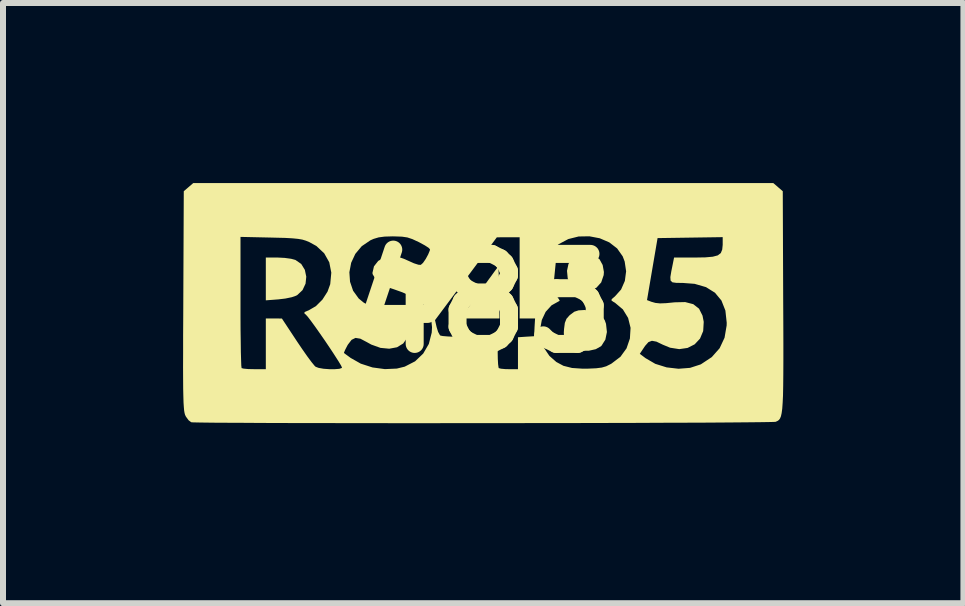
<source format=kicad_pcb>
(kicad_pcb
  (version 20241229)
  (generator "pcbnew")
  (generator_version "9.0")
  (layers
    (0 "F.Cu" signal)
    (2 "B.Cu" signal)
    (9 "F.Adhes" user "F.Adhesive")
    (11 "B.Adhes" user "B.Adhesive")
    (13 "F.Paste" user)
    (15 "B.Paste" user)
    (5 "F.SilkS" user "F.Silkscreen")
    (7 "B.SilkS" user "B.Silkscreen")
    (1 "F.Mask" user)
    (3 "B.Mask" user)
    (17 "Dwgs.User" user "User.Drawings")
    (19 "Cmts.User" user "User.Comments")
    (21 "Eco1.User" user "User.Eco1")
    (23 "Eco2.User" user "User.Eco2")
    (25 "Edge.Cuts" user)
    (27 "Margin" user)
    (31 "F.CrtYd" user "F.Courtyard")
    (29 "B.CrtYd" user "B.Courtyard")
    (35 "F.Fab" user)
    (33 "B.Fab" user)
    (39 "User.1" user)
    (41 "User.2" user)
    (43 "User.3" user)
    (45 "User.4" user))
  (footprint "485"
    (layer "F.Cu")
    (at 5.002 2.002)
    (property "Reference" "485" (at 0 0 0) (layer "F.SilkS") (effects (font (size 1.5 1.5) (thickness 0.3))))
    (attr board_only exclude_from_pos_files exclude_from_bom)
    (fp_poly (pts (xy 0.25 -0.584) (xy 0.256 -0.519) (xy 0.261 -0.415) (xy 0.265 -0.281) (xy 0.266 -0.186) (xy 0.27 0.254) (xy -0.056 0.254) (xy -0.382 0.254) (xy -0.151 -0.063) (xy -0.06 -0.189) (xy 0.026 -0.306) (xy 0.097 -0.405) (xy 0.146 -0.471) (xy 0.151 -0.479) (xy 0.2 -0.546) (xy 0.236 -0.594) (xy 0.243 -0.602)) (stroke (width 0) (type solid)) (fill yes) (layer "F.SilkS"))
    (fp_poly (pts (xy -3.308 -0.755) (xy -3.2 -0.74) (xy -3.13 -0.721) (xy -3.033 -0.654) (xy -2.973 -0.556) (xy -2.949 -0.442) (xy -2.961 -0.326) (xy -3.011 -0.219) (xy -3.098 -0.137) (xy -3.119 -0.125) (xy -3.191 -0.1) (xy -3.297 -0.078) (xy -3.414 -0.064) (xy -3.414 -0.064) (xy -3.623 -0.048) (xy -3.623 -0.405) (xy -3.623 -0.761) (xy -3.424 -0.761)) (stroke (width 0) (type solid)) (fill yes) (layer "F.SilkS"))
    (fp_poly (pts (xy 1.843 -0.796) (xy 1.857 -0.791) (xy 1.936 -0.733) (xy 1.989 -0.637) (xy 2.01 -0.52) (xy 2.006 -0.468) (xy 1.965 -0.347) (xy 1.886 -0.259) (xy 1.78 -0.208) (xy 1.658 -0.2) (xy 1.532 -0.24) (xy 1.528 -0.242) (xy 1.45 -0.31) (xy 1.407 -0.414) (xy 1.395 -0.54) (xy 1.42 -0.656) (xy 1.486 -0.745) (xy 1.585 -0.802) (xy 1.707 -0.82)) (stroke (width 0) (type solid)) (fill yes) (layer "F.SilkS"))
    (fp_poly (pts (xy 1.838 0.131) (xy 1.95 0.187) (xy 2.023 0.281) (xy 2.045 0.343) (xy 2.06 0.48) (xy 2.034 0.607) (xy 1.97 0.708) (xy 1.96 0.718) (xy 1.874 0.766) (xy 1.757 0.792) (xy 1.631 0.792) (xy 1.593 0.786) (xy 1.502 0.747) (xy 1.417 0.678) (xy 1.414 0.675) (xy 1.367 0.616) (xy 1.345 0.561) (xy 1.342 0.487) (xy 1.346 0.428) (xy 1.359 0.328) (xy 1.386 0.26) (xy 1.437 0.202) (xy 1.448 0.193) (xy 1.516 0.142) (xy 1.587 0.119) (xy 1.685 0.113)) (stroke (width 0) (type solid)) (fill yes) (layer "F.SilkS"))
    (fp_poly (pts (xy 4.911 -1.934) (xy 4.99 -1.866) (xy 4.997 -0.038) (xy 4.999 0.342) (xy 5 0.67) (xy 5 0.949) (xy 4.999 1.184) (xy 4.997 1.378) (xy 4.994 1.536) (xy 4.988 1.662) (xy 4.981 1.759) (xy 4.971 1.832) (xy 4.959 1.885) (xy 4.944 1.921) (xy 4.926 1.945) (xy 4.904 1.961) (xy 4.88 1.972) (xy 4.871 1.976) (xy 4.837 1.978) (xy 4.75 1.98) (xy 4.614 1.982) (xy 4.432 1.984) (xy 4.208 1.986) (xy 3.946 1.988) (xy 3.648 1.99) (xy 3.318 1.991) (xy 2.961 1.992) (xy 2.579 1.994) (xy 2.176 1.995) (xy 1.755 1.996) (xy 1.321 1.997) (xy 0.876 1.997) (xy 0.425 1.998) (xy -0.03 1.998) (xy -0.485 1.998) (xy -0.936 1.999) (xy -1.379 1.999) (xy -1.812 1.998) (xy -2.23 1.998) (xy -2.63 1.997) (xy -3.009 1.997) (xy -3.363 1.996) (xy -3.688 1.995) (xy -3.981 1.993) (xy -4.238 1.992) (xy -4.457 1.991) (xy -4.632 1.989) (xy -4.761 1.987) (xy -4.841 1.985) (xy -4.866 1.983) (xy -4.909 1.951) (xy -4.954 1.89) (xy -4.959 1.88) (xy -4.969 1.859) (xy -4.977 1.829) (xy -4.984 1.789) (xy -4.989 1.732) (xy -4.994 1.656) (xy -4.997 1.555) (xy -5 1.426) (xy -5.001 1.264) (xy -5.002 1.066) (xy -5.001 0.826) (xy -5.001 0.541) (xy -4.999 0.207) (xy -4.998 -0.022) (xy -4.045 -0.022) (xy -4.045 0.22) (xy -4.044 0.444) (xy -4.041 0.644) (xy -4.039 0.814) (xy -4.035 0.947) (xy -4.032 1.037) (xy -4.027 1.079) (xy -4.027 1.081) (xy -3.991 1.09) (xy -3.915 1.097) (xy -3.816 1.099) (xy -3.815 1.099) (xy -3.623 1.099) (xy -3.623 0.677) (xy -3.623 0.254) (xy -3.489 0.254) (xy -3.355 0.255) (xy -3.103 0.637) (xy -3.013 0.77) (xy -2.931 0.887) (xy -2.861 0.981) (xy -2.811 1.042) (xy -2.793 1.059) (xy -2.742 1.078) (xy -2.661 1.092) (xy -2.566 1.099) (xy -2.473 1.099) (xy -2.398 1.093) (xy -2.357 1.079) (xy -2.354 1.073) (xy -2.369 1.039) (xy -2.411 0.969) (xy -2.474 0.871) (xy -2.501 0.829) (xy -2.321 0.829) (xy -2.295 0.849) (xy -2.239 0.89) (xy -2.209 0.912) (xy -2.041 1.007) (xy -1.846 1.07) (xy -1.639 1.098) (xy -1.44 1.089) (xy -1.309 1.057) (xy -1.136 0.968) (xy -1.001 0.839) (xy -0.907 0.678) (xy -0.859 0.49) (xy -0.854 0.4) (xy -0.866 0.282) (xy -0.804 0.282) (xy -0.777 0.399) (xy -0.753 0.477) (xy -0.723 0.531) (xy -0.714 0.539) (xy -0.674 0.547) (xy -0.588 0.554) (xy -0.467 0.56) (xy -0.321 0.563) (xy -0.218 0.563) (xy 0.24 0.564) (xy 0.24 0.813) (xy 0.242 0.926) (xy 0.247 1.017) (xy 0.255 1.072) (xy 0.258 1.081) (xy 0.295 1.091) (xy 0.369 1.098) (xy 0.428 1.099) (xy 0.578 1.099) (xy 0.578 0.833) (xy 0.578 0.567) (xy 0.712 0.558) (xy 0.846 0.55) (xy 0.853 0.431) (xy 0.948 0.431) (xy 0.958 0.588) (xy 1.008 0.739) (xy 1.1 0.875) (xy 1.108 0.883) (xy 1.217 0.979) (xy 1.336 1.043) (xy 1.479 1.079) (xy 1.658 1.091) (xy 1.749 1.09) (xy 1.881 1.084) (xy 1.975 1.072) (xy 2.048 1.051) (xy 2.12 1.015) (xy 2.136 1.006) (xy 2.286 0.892) (xy 2.321 0.843) (xy 2.608 0.843) (xy 2.703 0.915) (xy 2.866 1.01) (xy 3.055 1.069) (xy 3.253 1.092) (xy 3.445 1.077) (xy 3.615 1.022) (xy 3.627 1.017) (xy 3.807 0.898) (xy 3.938 0.75) (xy 4.02 0.575) (xy 4.055 0.37) (xy 4.056 0.324) (xy 4.034 0.122) (xy 3.968 -0.045) (xy 3.86 -0.175) (xy 3.711 -0.268) (xy 3.521 -0.323) (xy 3.323 -0.338) (xy 3.217 -0.339) (xy 3.152 -0.348) (xy 3.121 -0.377) (xy 3.117 -0.435) (xy 3.133 -0.532) (xy 3.147 -0.601) (xy 3.179 -0.761) (xy 3.528 -0.761) (xy 3.7 -0.764) (xy 3.824 -0.775) (xy 3.907 -0.797) (xy 3.957 -0.835) (xy 3.981 -0.893) (xy 3.989 -0.973) (xy 3.989 -0.987) (xy 3.989 -1.101) (xy 3.446 -1.093) (xy 2.904 -1.085) (xy 2.816 -0.569) (xy 2.728 -0.052) (xy 2.801 -0.024) (xy 2.868 -0.005) (xy 2.945 0.003) (xy 3.047 -0.001) (xy 3.189 -0.015) (xy 3.364 -0.019) (xy 3.499 0.016) (xy 3.595 0.091) (xy 3.653 0.207) (xy 3.673 0.31) (xy 3.664 0.464) (xy 3.611 0.59) (xy 3.522 0.685) (xy 3.404 0.745) (xy 3.265 0.765) (xy 3.112 0.741) (xy 2.991 0.691) (xy 2.885 0.64) (xy 2.81 0.626) (xy 2.752 0.648) (xy 2.697 0.71) (xy 2.682 0.732) (xy 2.608 0.843) (xy 2.321 0.843) (xy 2.387 0.752) (xy 2.443 0.588) (xy 2.454 0.41) (xy 2.413 0.245) (xy 2.326 0.103) (xy 2.194 -0.008) (xy 2.171 -0.021) (xy 2.137 -0.044) (xy 2.139 -0.067) (xy 2.183 -0.105) (xy 2.193 -0.113) (xy 2.296 -0.228) (xy 2.359 -0.372) (xy 2.38 -0.532) (xy 2.356 -0.694) (xy 2.323 -0.781) (xy 2.23 -0.913) (xy 2.099 -1.014) (xy 1.941 -1.082) (xy 1.768 -1.115) (xy 1.589 -1.112) (xy 1.417 -1.069) (xy 1.261 -0.986) (xy 1.248 -0.977) (xy 1.126 -0.863) (xy 1.052 -0.74) (xy 1.022 -0.595) (xy 1.02 -0.539) (xy 1.038 -0.375) (xy 1.098 -0.241) (xy 1.204 -0.126) (xy 1.254 -0.077) (xy 1.273 -0.044) (xy 1.269 -0.038) (xy 1.138 0.035) (xy 1.039 0.144) (xy 0.975 0.28) (xy 0.948 0.431) (xy 0.853 0.431) (xy 0.854 0.402) (xy 0.863 0.254) (xy 0.734 0.254) (xy 0.606 0.254) (xy 0.606 -0.423) (xy 0.606 -1.099) (xy 0.416 -1.099) (xy 0.226 -1.098) (xy -0.289 -0.408) (xy -0.804 0.282) (xy -0.866 0.282) (xy -0.871 0.242) (xy -0.923 0.11) (xy -1.016 -0.000012) (xy -1.155 -0.095) (xy -1.344 -0.18) (xy -1.379 -0.193) (xy -1.489 -0.232) (xy -1.579 -0.262) (xy -1.636 -0.28) (xy -1.648 -0.282) (xy -1.692 -0.303) (xy -1.75 -0.355) (xy -1.805 -0.42) (xy -1.841 -0.479) (xy -1.847 -0.503) (xy -1.821 -0.615) (xy -1.75 -0.705) (xy -1.643 -0.766) (xy -1.511 -0.789) (xy -1.504 -0.789) (xy -1.428 -0.776) (xy -1.328 -0.742) (xy -1.246 -0.706) (xy -1.155 -0.665) (xy -1.08 -0.641) (xy -1.041 -0.639) (xy -1.004 -0.672) (xy -0.959 -0.737) (xy -0.918 -0.813) (xy -0.891 -0.878) (xy -0.888 -0.899) (xy -0.912 -0.924) (xy -0.974 -0.964) (xy -1.062 -1.012) (xy -1.078 -1.02) (xy -1.181 -1.068) (xy -1.265 -1.096) (xy -1.354 -1.109) (xy -1.471 -1.113) (xy -1.508 -1.114) (xy -1.644 -1.11) (xy -1.743 -1.097) (xy -1.827 -1.072) (xy -1.881 -1.048) (xy -2.025 -0.95) (xy -2.132 -0.822) (xy -2.201 -0.674) (xy -2.231 -0.516) (xy -2.22 -0.358) (xy -2.169 -0.208) (xy -2.075 -0.078) (xy -1.992 -0.01) (xy -1.925 0.027) (xy -1.821 0.072) (xy -1.698 0.119) (xy -1.63 0.143) (xy -1.457 0.208) (xy -1.336 0.272) (xy -1.263 0.341) (xy -1.233 0.42) (xy -1.243 0.513) (xy -1.264 0.572) (xy -1.334 0.671) (xy -1.437 0.734) (xy -1.567 0.758) (xy -1.713 0.744) (xy -1.866 0.689) (xy -1.94 0.648) (xy -2.048 0.591) (xy -2.129 0.578) (xy -2.194 0.61) (xy -2.255 0.689) (xy -2.265 0.706) (xy -2.301 0.776) (xy -2.32 0.821) (xy -2.321 0.829) (xy -2.501 0.829) (xy -2.55 0.755) (xy -2.634 0.63) (xy -2.72 0.506) (xy -2.801 0.391) (xy -2.871 0.295) (xy -2.924 0.226) (xy -2.951 0.196) (xy -2.982 0.167) (xy -2.976 0.147) (xy -2.923 0.124) (xy -2.908 0.118) (xy -2.789 0.049) (xy -2.68 -0.06) (xy -2.595 -0.193) (xy -2.55 -0.317) (xy -2.532 -0.509) (xy -2.566 -0.682) (xy -2.65 -0.831) (xy -2.78 -0.953) (xy -2.896 -1.017) (xy -2.956 -1.042) (xy -3.015 -1.06) (xy -3.086 -1.072) (xy -3.177 -1.081) (xy -3.3 -1.088) (xy -3.465 -1.092) (xy -3.545 -1.094) (xy -4.045 -1.105) (xy -4.045 -0.022) (xy -4.998 -0.022) (xy -4.998 -0.038) (xy -4.99 -1.866) (xy -4.911 -1.934) (xy -4.832 -2.002) (xy -0.000001 -2.002) (xy 4.832 -2.002)) (stroke (width 0) (type solid)) (fill yes) (layer "F.SilkS")))
  (gr_rect
    (start -3 -3)
    (end 13.002 7)
    (stroke (width 0.1) (type default))
    (fill no)
    (layer "Edge.Cuts")))
</source>
